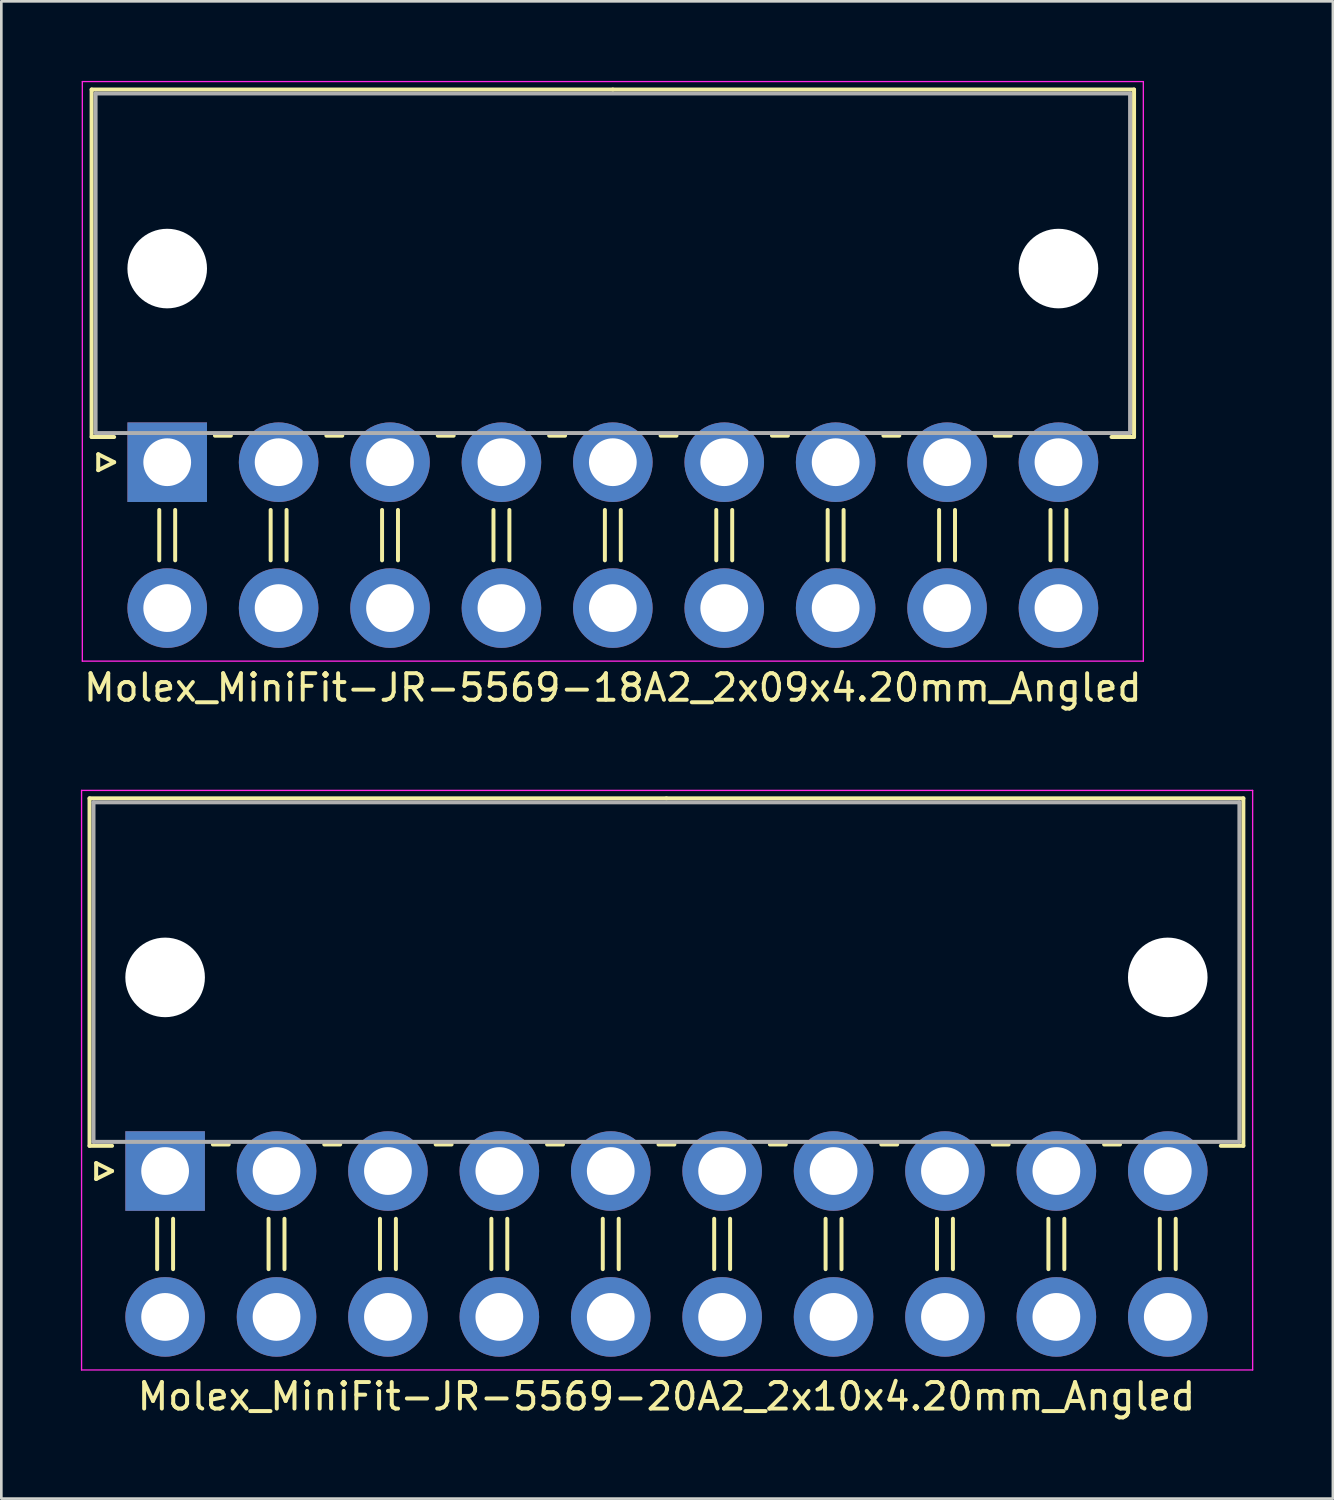
<source format=kicad_pcb>
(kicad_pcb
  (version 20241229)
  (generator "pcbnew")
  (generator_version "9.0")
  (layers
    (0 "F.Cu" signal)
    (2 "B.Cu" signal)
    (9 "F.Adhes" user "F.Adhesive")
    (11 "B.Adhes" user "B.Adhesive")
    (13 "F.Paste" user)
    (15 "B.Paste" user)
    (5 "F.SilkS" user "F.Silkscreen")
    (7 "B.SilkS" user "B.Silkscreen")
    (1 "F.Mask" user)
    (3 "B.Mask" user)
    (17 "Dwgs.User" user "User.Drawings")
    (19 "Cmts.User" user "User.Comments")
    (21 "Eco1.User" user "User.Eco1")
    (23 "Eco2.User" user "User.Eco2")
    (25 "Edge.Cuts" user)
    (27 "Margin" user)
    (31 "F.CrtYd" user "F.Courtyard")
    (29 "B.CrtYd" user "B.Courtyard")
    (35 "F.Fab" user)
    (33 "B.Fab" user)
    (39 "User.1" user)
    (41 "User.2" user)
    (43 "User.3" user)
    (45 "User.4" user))
  (footprint "Molex_MiniFit-JR-5569-20A2_2x10x4.20mm_Angled"
    (layer "F.Cu")
    (at 3.175 41.098)
    (property "Reference" "Molex_MiniFit-JR-5569-20A2_2x10x4.20mm_Angled" (at 18.9 8.5 0) (layer "F.SilkS") (effects (font (size 1 1) (thickness 0.15))))
    (attr through_hole)
    (fp_line (start -2.85 -14.05) (end 18.9 -14.05) (stroke (width 0.15) (type solid)) (layer "F.SilkS"))
    (fp_line (start -2.85 -0.95) (end -2.85 -14.05) (stroke (width 0.15) (type solid)) (layer "F.SilkS"))
    (fp_line (start -2.6 -0.3) (end -2 0) (stroke (width 0.15) (type solid)) (layer "F.SilkS"))
    (fp_line (start -2.6 0.3) (end -2.6 -0.3) (stroke (width 0.15) (type solid)) (layer "F.SilkS"))
    (fp_line (start -2 -0.95) (end -2.85 -0.95) (stroke (width 0.15) (type solid)) (layer "F.SilkS"))
    (fp_line (start -2 0) (end -2.6 0.3) (stroke (width 0.15) (type solid)) (layer "F.SilkS"))
    (fp_line (start -0.3 1.8) (end -0.3 3.7) (stroke (width 0.15) (type solid)) (layer "F.SilkS"))
    (fp_line (start 0.3 1.8) (end 0.3 3.7) (stroke (width 0.15) (type solid)) (layer "F.SilkS"))
    (fp_line (start 1.8 -1) (end 2.4 -1) (stroke (width 0.15) (type solid)) (layer "F.SilkS"))
    (fp_line (start 3.9 1.8) (end 3.9 3.7) (stroke (width 0.15) (type solid)) (layer "F.SilkS"))
    (fp_line (start 4.5 1.8) (end 4.5 3.7) (stroke (width 0.15) (type solid)) (layer "F.SilkS"))
    (fp_line (start 6 -1) (end 6.6 -1) (stroke (width 0.15) (type solid)) (layer "F.SilkS"))
    (fp_line (start 8.1 1.8) (end 8.1 3.7) (stroke (width 0.15) (type solid)) (layer "F.SilkS"))
    (fp_line (start 8.7 1.8) (end 8.7 3.7) (stroke (width 0.15) (type solid)) (layer "F.SilkS"))
    (fp_line (start 10.2 -1) (end 10.8 -1) (stroke (width 0.15) (type solid)) (layer "F.SilkS"))
    (fp_line (start 12.3 1.8) (end 12.3 3.7) (stroke (width 0.15) (type solid)) (layer "F.SilkS"))
    (fp_line (start 12.9 1.8) (end 12.9 3.7) (stroke (width 0.15) (type solid)) (layer "F.SilkS"))
    (fp_line (start 14.4 -1) (end 15 -1) (stroke (width 0.15) (type solid)) (layer "F.SilkS"))
    (fp_line (start 16.5 1.8) (end 16.5 3.7) (stroke (width 0.15) (type solid)) (layer "F.SilkS"))
    (fp_line (start 17.1 1.8) (end 17.1 3.7) (stroke (width 0.15) (type solid)) (layer "F.SilkS"))
    (fp_line (start 18.6 -1) (end 19.2 -1) (stroke (width 0.15) (type solid)) (layer "F.SilkS"))
    (fp_line (start 20.7 1.8) (end 20.7 3.7) (stroke (width 0.15) (type solid)) (layer "F.SilkS"))
    (fp_line (start 21.3 1.8) (end 21.3 3.7) (stroke (width 0.15) (type solid)) (layer "F.SilkS"))
    (fp_line (start 22.8 -1) (end 23.4 -1) (stroke (width 0.15) (type solid)) (layer "F.SilkS"))
    (fp_line (start 24.9 1.8) (end 24.9 3.7) (stroke (width 0.15) (type solid)) (layer "F.SilkS"))
    (fp_line (start 25.5 1.8) (end 25.5 3.7) (stroke (width 0.15) (type solid)) (layer "F.SilkS"))
    (fp_line (start 27 -1) (end 27.6 -1) (stroke (width 0.15) (type solid)) (layer "F.SilkS"))
    (fp_line (start 29.1 1.8) (end 29.1 3.7) (stroke (width 0.15) (type solid)) (layer "F.SilkS"))
    (fp_line (start 29.7 1.8) (end 29.7 3.7) (stroke (width 0.15) (type solid)) (layer "F.SilkS"))
    (fp_line (start 31.2 -1) (end 31.8 -1) (stroke (width 0.15) (type solid)) (layer "F.SilkS"))
    (fp_line (start 33.3 1.8) (end 33.3 3.7) (stroke (width 0.15) (type solid)) (layer "F.SilkS"))
    (fp_line (start 33.9 1.8) (end 33.9 3.7) (stroke (width 0.15) (type solid)) (layer "F.SilkS"))
    (fp_line (start 35.4 -1) (end 36 -1) (stroke (width 0.15) (type solid)) (layer "F.SilkS"))
    (fp_line (start 37.5 1.8) (end 37.5 3.7) (stroke (width 0.15) (type solid)) (layer "F.SilkS"))
    (fp_line (start 38.1 1.8) (end 38.1 3.7) (stroke (width 0.15) (type solid)) (layer "F.SilkS"))
    (fp_line (start 39.8 -0.95) (end 40.65 -0.95) (stroke (width 0.15) (type solid)) (layer "F.SilkS"))
    (fp_line (start 40.65 -14.05) (end 18.9 -14.05) (stroke (width 0.15) (type solid)) (layer "F.SilkS"))
    (fp_line (start 40.65 -0.95) (end 40.65 -14.05) (stroke (width 0.15) (type solid)) (layer "F.SilkS"))
    (fp_line (start -3.15 -14.35) (end -3.15 7.5) (stroke (width 0.05) (type solid)) (layer "F.CrtYd"))
    (fp_line (start -3.15 7.5) (end 41 7.5) (stroke (width 0.05) (type solid)) (layer "F.CrtYd"))
    (fp_line (start 41 -14.35) (end -3.15 -14.35) (stroke (width 0.05) (type solid)) (layer "F.CrtYd"))
    (fp_line (start 41 7.5) (end 41 -14.35) (stroke (width 0.05) (type solid)) (layer "F.CrtYd"))
    (fp_line (start -2.7 -13.9) (end -2.7 -1.1) (stroke (width 0.15) (type solid)) (layer "F.Fab"))
    (fp_line (start -2.7 -1.1) (end 40.5 -1.1) (stroke (width 0.15) (type solid)) (layer "F.Fab"))
    (fp_line (start 40.5 -13.9) (end -2.7 -13.9) (stroke (width 0.15) (type solid)) (layer "F.Fab"))
    (fp_line (start 40.5 -1.1) (end 40.5 -13.9) (stroke (width 0.15) (type solid)) (layer "F.Fab"))
    (pad "" np_thru_hole circle (at 0 -7.3) (size 3 3) (drill 3) (layers "*.Cu"))
    (pad "" np_thru_hole circle (at 37.8 -7.3) (size 3 3) (drill 3) (layers "*.Cu"))
    (pad "1" thru_hole rect (at 0 0) (size 3 3) (drill 1.8) (layers "*.Cu" "*.Mask"))
    (pad "2" thru_hole circle (at 4.2 0) (size 3 3) (drill 1.8) (layers "*.Cu" "*.Mask"))
    (pad "3" thru_hole circle (at 8.4 0) (size 3 3) (drill 1.8) (layers "*.Cu" "*.Mask"))
    (pad "4" thru_hole circle (at 12.6 0) (size 3 3) (drill 1.8) (layers "*.Cu" "*.Mask"))
    (pad "5" thru_hole circle (at 16.8 0) (size 3 3) (drill 1.8) (layers "*.Cu" "*.Mask"))
    (pad "6" thru_hole circle (at 21 0) (size 3 3) (drill 1.8) (layers "*.Cu" "*.Mask"))
    (pad "7" thru_hole circle (at 25.2 0) (size 3 3) (drill 1.8) (layers "*.Cu" "*.Mask"))
    (pad "8" thru_hole circle (at 29.4 0) (size 3 3) (drill 1.8) (layers "*.Cu" "*.Mask"))
    (pad "9" thru_hole circle (at 33.6 0) (size 3 3) (drill 1.8) (layers "*.Cu" "*.Mask"))
    (pad "10" thru_hole circle (at 37.8 0) (size 3 3) (drill 1.8) (layers "*.Cu" "*.Mask"))
    (pad "11" thru_hole circle (at 0 5.5) (size 3 3) (drill 1.8) (layers "*.Cu" "*.Mask"))
    (pad "12" thru_hole circle (at 4.2 5.5) (size 3 3) (drill 1.8) (layers "*.Cu" "*.Mask"))
    (pad "13" thru_hole circle (at 8.4 5.5) (size 3 3) (drill 1.8) (layers "*.Cu" "*.Mask"))
    (pad "14" thru_hole circle (at 12.6 5.5) (size 3 3) (drill 1.8) (layers "*.Cu" "*.Mask"))
    (pad "15" thru_hole circle (at 16.8 5.5) (size 3 3) (drill 1.8) (layers "*.Cu" "*.Mask"))
    (pad "16" thru_hole circle (at 21 5.5) (size 3 3) (drill 1.8) (layers "*.Cu" "*.Mask"))
    (pad "17" thru_hole circle (at 25.2 5.5) (size 3 3) (drill 1.8) (layers "*.Cu" "*.Mask"))
    (pad "18" thru_hole circle (at 29.4 5.5) (size 3 3) (drill 1.8) (layers "*.Cu" "*.Mask"))
    (pad "19" thru_hole circle (at 33.6 5.5) (size 3 3) (drill 1.8) (layers "*.Cu" "*.Mask"))
    (pad "20" thru_hole circle (at 37.8 5.5) (size 3 3) (drill 1.8) (layers "*.Cu" "*.Mask")))
  (footprint "Molex_MiniFit-JR-5569-18A2_2x09x4.20mm_Angled"
    (layer "F.Cu")
    (at 3.254 14.375)
    (property "Reference" "Molex_MiniFit-JR-5569-18A2_2x09x4.20mm_Angled" (at 16.8 8.5 0) (layer "F.SilkS") (effects (font (size 1 1) (thickness 0.15))))
    (attr through_hole)
    (fp_line (start -2.85 -14.05) (end 16.8 -14.05) (stroke (width 0.15) (type solid)) (layer "F.SilkS"))
    (fp_line (start -2.85 -0.95) (end -2.85 -14.05) (stroke (width 0.15) (type solid)) (layer "F.SilkS"))
    (fp_line (start -2.6 -0.3) (end -2 0) (stroke (width 0.15) (type solid)) (layer "F.SilkS"))
    (fp_line (start -2.6 0.3) (end -2.6 -0.3) (stroke (width 0.15) (type solid)) (layer "F.SilkS"))
    (fp_line (start -2 -0.95) (end -2.85 -0.95) (stroke (width 0.15) (type solid)) (layer "F.SilkS"))
    (fp_line (start -2 0) (end -2.6 0.3) (stroke (width 0.15) (type solid)) (layer "F.SilkS"))
    (fp_line (start -0.3 1.8) (end -0.3 3.7) (stroke (width 0.15) (type solid)) (layer "F.SilkS"))
    (fp_line (start 0.3 1.8) (end 0.3 3.7) (stroke (width 0.15) (type solid)) (layer "F.SilkS"))
    (fp_line (start 1.8 -1) (end 2.4 -1) (stroke (width 0.15) (type solid)) (layer "F.SilkS"))
    (fp_line (start 3.9 1.8) (end 3.9 3.7) (stroke (width 0.15) (type solid)) (layer "F.SilkS"))
    (fp_line (start 4.5 1.8) (end 4.5 3.7) (stroke (width 0.15) (type solid)) (layer "F.SilkS"))
    (fp_line (start 6 -1) (end 6.6 -1) (stroke (width 0.15) (type solid)) (layer "F.SilkS"))
    (fp_line (start 8.1 1.8) (end 8.1 3.7) (stroke (width 0.15) (type solid)) (layer "F.SilkS"))
    (fp_line (start 8.7 1.8) (end 8.7 3.7) (stroke (width 0.15) (type solid)) (layer "F.SilkS"))
    (fp_line (start 10.2 -1) (end 10.8 -1) (stroke (width 0.15) (type solid)) (layer "F.SilkS"))
    (fp_line (start 12.3 1.8) (end 12.3 3.7) (stroke (width 0.15) (type solid)) (layer "F.SilkS"))
    (fp_line (start 12.9 1.8) (end 12.9 3.7) (stroke (width 0.15) (type solid)) (layer "F.SilkS"))
    (fp_line (start 14.4 -1) (end 15 -1) (stroke (width 0.15) (type solid)) (layer "F.SilkS"))
    (fp_line (start 16.5 1.8) (end 16.5 3.7) (stroke (width 0.15) (type solid)) (layer "F.SilkS"))
    (fp_line (start 17.1 1.8) (end 17.1 3.7) (stroke (width 0.15) (type solid)) (layer "F.SilkS"))
    (fp_line (start 18.6 -1) (end 19.2 -1) (stroke (width 0.15) (type solid)) (layer "F.SilkS"))
    (fp_line (start 20.7 1.8) (end 20.7 3.7) (stroke (width 0.15) (type solid)) (layer "F.SilkS"))
    (fp_line (start 21.3 1.8) (end 21.3 3.7) (stroke (width 0.15) (type solid)) (layer "F.SilkS"))
    (fp_line (start 22.8 -1) (end 23.4 -1) (stroke (width 0.15) (type solid)) (layer "F.SilkS"))
    (fp_line (start 24.9 1.8) (end 24.9 3.7) (stroke (width 0.15) (type solid)) (layer "F.SilkS"))
    (fp_line (start 25.5 1.8) (end 25.5 3.7) (stroke (width 0.15) (type solid)) (layer "F.SilkS"))
    (fp_line (start 27 -1) (end 27.6 -1) (stroke (width 0.15) (type solid)) (layer "F.SilkS"))
    (fp_line (start 29.1 1.8) (end 29.1 3.7) (stroke (width 0.15) (type solid)) (layer "F.SilkS"))
    (fp_line (start 29.7 1.8) (end 29.7 3.7) (stroke (width 0.15) (type solid)) (layer "F.SilkS"))
    (fp_line (start 31.2 -1) (end 31.8 -1) (stroke (width 0.15) (type solid)) (layer "F.SilkS"))
    (fp_line (start 33.3 1.8) (end 33.3 3.7) (stroke (width 0.15) (type solid)) (layer "F.SilkS"))
    (fp_line (start 33.9 1.8) (end 33.9 3.7) (stroke (width 0.15) (type solid)) (layer "F.SilkS"))
    (fp_line (start 35.6 -0.95) (end 36.45 -0.95) (stroke (width 0.15) (type solid)) (layer "F.SilkS"))
    (fp_line (start 36.45 -14.05) (end 16.8 -14.05) (stroke (width 0.15) (type solid)) (layer "F.SilkS"))
    (fp_line (start 36.45 -0.95) (end 36.45 -14.05) (stroke (width 0.15) (type solid)) (layer "F.SilkS"))
    (fp_line (start -3.2 -14.35) (end -3.2 7.5) (stroke (width 0.05) (type solid)) (layer "F.CrtYd"))
    (fp_line (start -3.2 7.5) (end 36.8 7.5) (stroke (width 0.05) (type solid)) (layer "F.CrtYd"))
    (fp_line (start 36.8 -14.35) (end -3.2 -14.35) (stroke (width 0.05) (type solid)) (layer "F.CrtYd"))
    (fp_line (start 36.8 7.5) (end 36.8 -14.35) (stroke (width 0.05) (type solid)) (layer "F.CrtYd"))
    (fp_line (start -2.7 -13.9) (end -2.7 -1.1) (stroke (width 0.15) (type solid)) (layer "F.Fab"))
    (fp_line (start -2.7 -1.1) (end 36.3 -1.1) (stroke (width 0.15) (type solid)) (layer "F.Fab"))
    (fp_line (start 36.3 -13.9) (end -2.7 -13.9) (stroke (width 0.15) (type solid)) (layer "F.Fab"))
    (fp_line (start 36.3 -1.1) (end 36.3 -13.9) (stroke (width 0.15) (type solid)) (layer "F.Fab"))
    (pad "" np_thru_hole circle (at 0 -7.3) (size 3 3) (drill 3) (layers "*.Cu"))
    (pad "" np_thru_hole circle (at 33.6 -7.3) (size 3 3) (drill 3) (layers "*.Cu"))
    (pad "1" thru_hole rect (at 0 0) (size 3 3) (drill 1.8) (layers "*.Cu" "*.Mask"))
    (pad "2" thru_hole circle (at 4.2 0) (size 3 3) (drill 1.8) (layers "*.Cu" "*.Mask"))
    (pad "3" thru_hole circle (at 8.4 0) (size 3 3) (drill 1.8) (layers "*.Cu" "*.Mask"))
    (pad "4" thru_hole circle (at 12.6 0) (size 3 3) (drill 1.8) (layers "*.Cu" "*.Mask"))
    (pad "5" thru_hole circle (at 16.8 0) (size 3 3) (drill 1.8) (layers "*.Cu" "*.Mask"))
    (pad "6" thru_hole circle (at 21 0) (size 3 3) (drill 1.8) (layers "*.Cu" "*.Mask"))
    (pad "7" thru_hole circle (at 25.2 0) (size 3 3) (drill 1.8) (layers "*.Cu" "*.Mask"))
    (pad "8" thru_hole circle (at 29.4 0) (size 3 3) (drill 1.8) (layers "*.Cu" "*.Mask"))
    (pad "9" thru_hole circle (at 33.6 0) (size 3 3) (drill 1.8) (layers "*.Cu" "*.Mask"))
    (pad "10" thru_hole circle (at 0 5.5) (size 3 3) (drill 1.8) (layers "*.Cu" "*.Mask"))
    (pad "11" thru_hole circle (at 4.2 5.5) (size 3 3) (drill 1.8) (layers "*.Cu" "*.Mask"))
    (pad "12" thru_hole circle (at 8.4 5.5) (size 3 3) (drill 1.8) (layers "*.Cu" "*.Mask"))
    (pad "13" thru_hole circle (at 12.6 5.5) (size 3 3) (drill 1.8) (layers "*.Cu" "*.Mask"))
    (pad "14" thru_hole circle (at 16.8 5.5) (size 3 3) (drill 1.8) (layers "*.Cu" "*.Mask"))
    (pad "15" thru_hole circle (at 21 5.5) (size 3 3) (drill 1.8) (layers "*.Cu" "*.Mask"))
    (pad "16" thru_hole circle (at 25.2 5.5) (size 3 3) (drill 1.8) (layers "*.Cu" "*.Mask"))
    (pad "17" thru_hole circle (at 29.4 5.5) (size 3 3) (drill 1.8) (layers "*.Cu" "*.Mask"))
    (pad "18" thru_hole circle (at 33.6 5.5) (size 3 3) (drill 1.8) (layers "*.Cu" "*.Mask")))
  (gr_rect
    (start -3 -3)
    (end 47.2 53.447)
    (stroke (width 0.1) (type default))
    (fill no)
    (layer "Edge.Cuts")))
</source>
